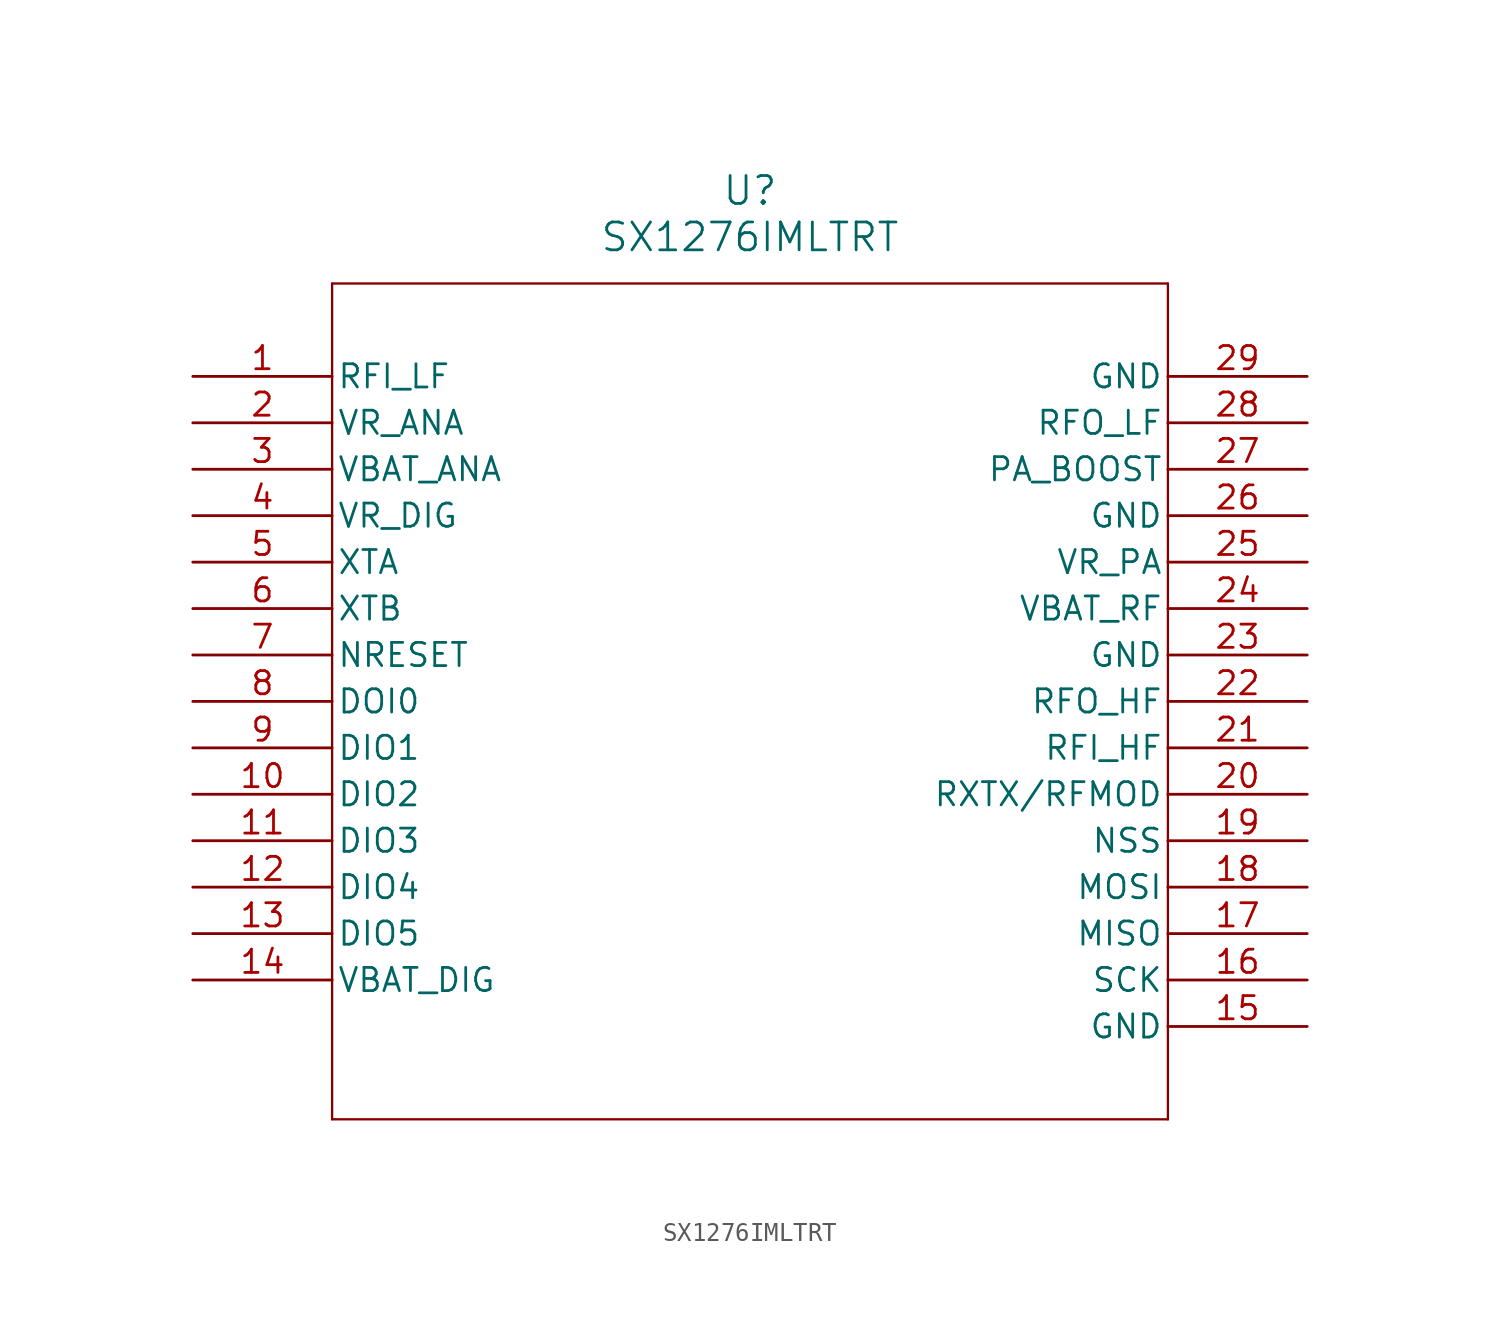
<source format=kicad_sym>
(kicad_symbol_lib
  (version 20211014)
  (generator kicad_symbol_editor)
  (symbol "SX1276IMLTRT"
    (pin_names
      (offset 0.254))
    (property "Reference" "U"
      (at 30.48 10.16 0)
      (effects (font (size 1.524 1.524))))
    (property "Value" "SX1276IMLTRT"
      (at 30.48 7.62 0)
      (effects (font (size 1.524 1.524))))
    (symbol "SX1276IMLTRT_0_1"
      (polyline (pts (xy 7.62 5.08) (xy 7.62 -40.64)) (stroke (width 0.127) (type default) (color 0 0 0 0)) (fill (type none)))
      (polyline (pts (xy 7.62 -40.64) (xy 53.34 -40.64)) (stroke (width 0.127) (type default) (color 0 0 0 0)) (fill (type none)))
      (polyline (pts (xy 53.34 -40.64) (xy 53.34 5.08)) (stroke (width 0.127) (type default) (color 0 0 0 0)) (fill (type none)))
      (polyline (pts (xy 53.34 5.08) (xy 7.62 5.08)) (stroke (width 0.127) (type default) (color 0 0 0 0)) (fill (type none)))
      (pin input line (at 0 0 0) (length 7.62) (name "RFI_LF" (effects (font (size 1.27 1.27)))) (number "1" (effects (font (size 1.27 1.27)))))
      (pin power_in line (at 0 -2.54 0) (length 7.62) (name "VR_ANA" (effects (font (size 1.27 1.27)))) (number "2" (effects (font (size 1.27 1.27)))))
      (pin power_in line (at 0 -5.08 0) (length 7.62) (name "VBAT_ANA" (effects (font (size 1.27 1.27)))) (number "3" (effects (font (size 1.27 1.27)))))
      (pin power_in line (at 0 -7.62 0) (length 7.62) (name "VR_DIG" (effects (font (size 1.27 1.27)))) (number "4" (effects (font (size 1.27 1.27)))))
      (pin bidirectional line (at 0 -10.16 0) (length 7.62) (name "XTA" (effects (font (size 1.27 1.27)))) (number "5" (effects (font (size 1.27 1.27)))))
      (pin bidirectional line (at 0 -12.7 0) (length 7.62) (name "XTB" (effects (font (size 1.27 1.27)))) (number "6" (effects (font (size 1.27 1.27)))))
      (pin input line (at 0 -15.24 0) (length 7.62) (name "NRESET" (effects (font (size 1.27 1.27)))) (number "7" (effects (font (size 1.27 1.27)))))
      (pin unspecified line (at 0 -17.78 0) (length 7.62) (name "DOI0" (effects (font (size 1.27 1.27)))) (number "8" (effects (font (size 1.27 1.27)))))
      (pin bidirectional line (at 0 -20.32 0) (length 7.62) (name "DIO1" (effects (font (size 1.27 1.27)))) (number "9" (effects (font (size 1.27 1.27)))))
      (pin bidirectional line (at 0 -22.86 0) (length 7.62) (name "DIO2" (effects (font (size 1.27 1.27)))) (number "10" (effects (font (size 1.27 1.27)))))
      (pin bidirectional line (at 0 -25.4 0) (length 7.62) (name "DIO3" (effects (font (size 1.27 1.27)))) (number "11" (effects (font (size 1.27 1.27)))))
      (pin bidirectional line (at 0 -27.94 0) (length 7.62) (name "DIO4" (effects (font (size 1.27 1.27)))) (number "12" (effects (font (size 1.27 1.27)))))
      (pin bidirectional line (at 0 -30.48 0) (length 7.62) (name "DIO5" (effects (font (size 1.27 1.27)))) (number "13" (effects (font (size 1.27 1.27)))))
      (pin power_in line (at 0 -33.02 0) (length 7.62) (name "VBAT_DIG" (effects (font (size 1.27 1.27)))) (number "14" (effects (font (size 1.27 1.27)))))
      (pin power_out line (at 60.96 -35.56 180) (length 7.62) (name "GND" (effects (font (size 1.27 1.27)))) (number "15" (effects (font (size 1.27 1.27)))))
      (pin input line (at 60.96 -33.02 180) (length 7.62) (name "SCK" (effects (font (size 1.27 1.27)))) (number "16" (effects (font (size 1.27 1.27)))))
      (pin output line (at 60.96 -30.48 180) (length 7.62) (name "MISO" (effects (font (size 1.27 1.27)))) (number "17" (effects (font (size 1.27 1.27)))))
      (pin input line (at 60.96 -27.94 180) (length 7.62) (name "MOSI" (effects (font (size 1.27 1.27)))) (number "18" (effects (font (size 1.27 1.27)))))
      (pin input line (at 60.96 -25.4 180) (length 7.62) (name "NSS" (effects (font (size 1.27 1.27)))) (number "19" (effects (font (size 1.27 1.27)))))
      (pin output line (at 60.96 -22.86 180) (length 7.62) (name "RXTX/RFMOD" (effects (font (size 1.27 1.27)))) (number "20" (effects (font (size 1.27 1.27)))))
      (pin input line (at 60.96 -20.32 180) (length 7.62) (name "RFI_HF" (effects (font (size 1.27 1.27)))) (number "21" (effects (font (size 1.27 1.27)))))
      (pin output line (at 60.96 -17.78 180) (length 7.62) (name "RFO_HF" (effects (font (size 1.27 1.27)))) (number "22" (effects (font (size 1.27 1.27)))))
      (pin power_out line (at 60.96 -15.24 180) (length 7.62) (name "GND" (effects (font (size 1.27 1.27)))) (number "23" (effects (font (size 1.27 1.27)))))
      (pin power_in line (at 60.96 -12.7 180) (length 7.62) (name "VBAT_RF" (effects (font (size 1.27 1.27)))) (number "24" (effects (font (size 1.27 1.27)))))
      (pin power_in line (at 60.96 -10.16 180) (length 7.62) (name "VR_PA" (effects (font (size 1.27 1.27)))) (number "25" (effects (font (size 1.27 1.27)))))
      (pin power_out line (at 60.96 -7.62 180) (length 7.62) (name "GND" (effects (font (size 1.27 1.27)))) (number "26" (effects (font (size 1.27 1.27)))))
      (pin output line (at 60.96 -5.08 180) (length 7.62) (name "PA_BOOST" (effects (font (size 1.27 1.27)))) (number "27" (effects (font (size 1.27 1.27)))))
      (pin output line (at 60.96 -2.54 180) (length 7.62) (name "RFO_LF" (effects (font (size 1.27 1.27)))) (number "28" (effects (font (size 1.27 1.27)))))
      (pin power_out line (at 60.96 0 180) (length 7.62) (name "GND" (effects (font (size 1.27 1.27)))) (number "29" (effects (font (size 1.27 1.27))))))))
</source>
